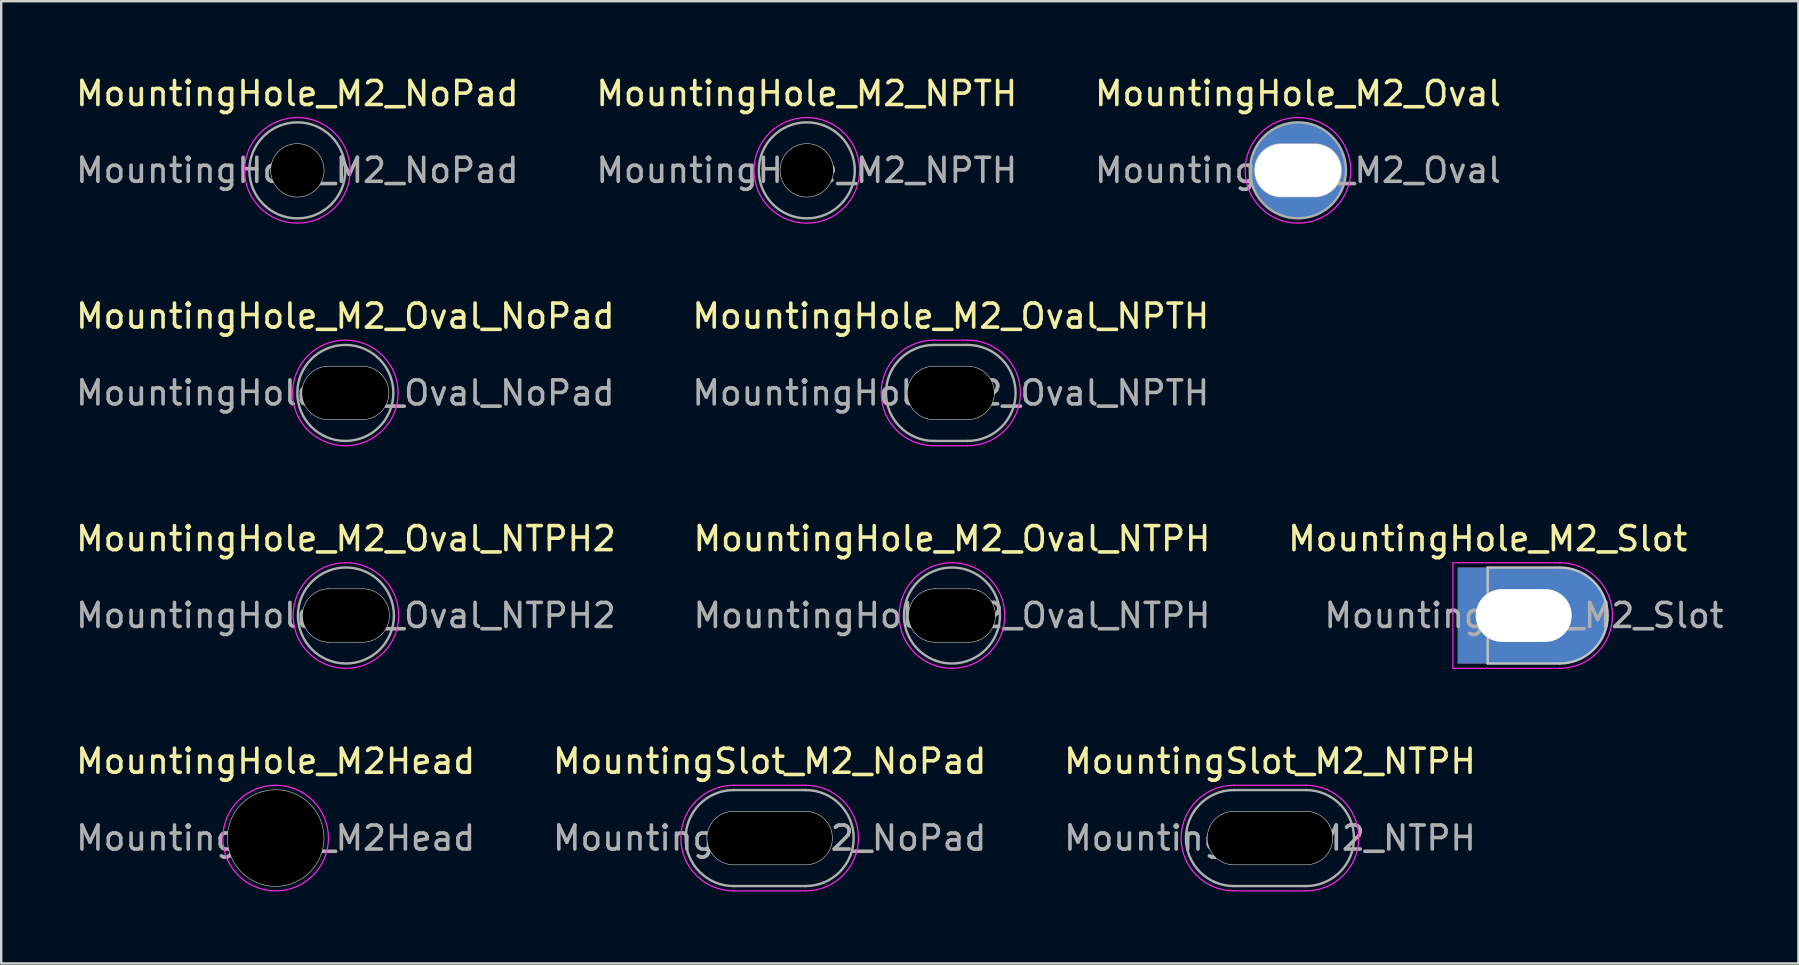
<source format=kicad_pcb>
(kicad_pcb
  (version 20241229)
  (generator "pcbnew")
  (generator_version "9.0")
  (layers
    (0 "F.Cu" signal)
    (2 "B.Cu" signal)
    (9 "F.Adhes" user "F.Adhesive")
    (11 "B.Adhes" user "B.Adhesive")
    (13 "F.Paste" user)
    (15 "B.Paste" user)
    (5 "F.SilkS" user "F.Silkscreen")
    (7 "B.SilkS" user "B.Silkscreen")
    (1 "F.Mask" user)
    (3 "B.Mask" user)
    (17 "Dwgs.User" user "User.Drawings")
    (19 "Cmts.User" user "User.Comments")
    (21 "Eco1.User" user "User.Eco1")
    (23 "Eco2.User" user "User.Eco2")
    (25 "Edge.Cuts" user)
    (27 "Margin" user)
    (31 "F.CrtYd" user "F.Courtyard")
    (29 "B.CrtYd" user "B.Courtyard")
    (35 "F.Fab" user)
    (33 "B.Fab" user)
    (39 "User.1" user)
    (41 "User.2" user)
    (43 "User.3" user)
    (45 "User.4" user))
  (footprint "MountingHole_M2_Oval_NTPH2"
    (layer "F.Cu")
    (at 11.363 22.595)
    (property "Reference" "MountingHole_M2_Oval_NTPH2" (at 0 -3.2 0) (layer "F.SilkS") (effects (font (size 1 1) (thickness 0.15))))
    (attr exclude_from_pos_files exclude_from_bom)
    (fp_line (start -0.7 -1.1) (end 0.7 -1.1) (stroke (width 0.05) (type default)) (layer "Dwgs.User"))
    (fp_line (start 0.7 1.1) (end -0.7 1.1) (stroke (width 0.05) (type default)) (layer "Dwgs.User"))
    (fp_arc (start -0.7 1.1) (mid -1.8 0) (end -0.7 -1.1) (stroke (width 0.05) (type default)) (layer "Dwgs.User"))
    (fp_arc (start 0.7 -1.1) (mid 1.8 0) (end 0.7 1.1) (stroke (width 0.05) (type default)) (layer "Dwgs.User"))
    (fp_circle (center 0 0) (end 2.2 0) (stroke (width 0.05) (type solid)) (fill no) (layer "F.CrtYd"))
    (fp_circle (center 0 0) (end 2 0) (stroke (width 0.1) (type solid)) (fill no) (layer "F.Fab"))
    (fp_text user "${REFERENCE}" (at 0 0 0) (layer "F.Fab") (effects (font (size 1 1) (thickness 0.15))))
    (pad "" np_thru_hole circle (at 0 0) (size 4 4) (drill oval 3.6 2.2) (layers "*.Mask")))
  (footprint "MountingHole_M2_Oval_NPTH"
    (layer "F.Cu")
    (at 36.565 13.322)
    (property "Reference" "MountingHole_M2_Oval_NPTH" (at 0 -3.2 0) (layer "F.SilkS") (effects (font (size 1 1) (thickness 0.15))))
    (attr exclude_from_pos_files exclude_from_bom)
    (fp_line (start -0.7 -1.1) (end 0.7 -1.1) (stroke (width 0.05) (type default)) (layer "Dwgs.User"))
    (fp_line (start 0.7 1.1) (end -0.7 1.1) (stroke (width 0.05) (type default)) (layer "Dwgs.User"))
    (fp_arc (start -0.7 1.1) (mid -1.8 0) (end -0.7 -1.1) (stroke (width 0.05) (type default)) (layer "Dwgs.User"))
    (fp_arc (start 0.7 -1.1) (mid 1.8 0) (end 0.7 1.1) (stroke (width 0.05) (type default)) (layer "Dwgs.User"))
    (fp_line (start -0.7 -2.2) (end 0.7 -2.2) (stroke (width 0.05) (type default)) (layer "F.CrtYd"))
    (fp_line (start -0.7 2.2) (end 0.7 2.2) (stroke (width 0.05) (type default)) (layer "F.CrtYd"))
    (fp_arc (start -0.7 2.2) (mid -2.9 0) (end -0.7 -2.2) (stroke (width 0.05) (type default)) (layer "F.CrtYd"))
    (fp_arc (start 0.7 -2.2) (mid 2.9 0) (end 0.7 2.2) (stroke (width 0.05) (type default)) (layer "F.CrtYd"))
    (fp_line (start -0.7 -2) (end 0.7 -2) (stroke (width 0.1) (type default)) (layer "F.Fab"))
    (fp_line (start -0.7 2) (end 0.7 2) (stroke (width 0.1) (type default)) (layer "F.Fab"))
    (fp_arc (start -0.7 2) (mid -2.7 0) (end -0.7 -2) (stroke (width 0.1) (type default)) (layer "F.Fab"))
    (fp_arc (start 0.7 -2) (mid 2.7 0) (end 0.7 2) (stroke (width 0.1) (type default)) (layer "F.Fab"))
    (fp_text user "${REFERENCE}" (at 0 0 0) (layer "F.Fab") (effects (font (size 1 1) (thickness 0.15))))
    (pad "" np_thru_hole oval (at 0 0) (size 5.4 4) (drill oval 3.6 2.2) (layers "*.Mask"))
    (zone (net_name "") (layers "F.Cu" "B.Cu") (hatch edge 0.5) (connect_pads) (min_thickness 0.25) (filled_areas_thickness no) (keepout (tracks not_allowed) (vias not_allowed) (pads not_allowed) (copperpour not_allowed) (footprints allowed)) (placement (enabled no)) (fill) (polygon (pts (arc (start 37.26548 15.5215) (mid 39.46548 13.3215) (end 37.26548 11.1215)) (arc (start 35.86548 11.1215) (mid 33.66548 13.3215) (end 35.86548 15.5215))))))
  (footprint "MountingHole_M2_Slot"
    (layer "F.Cu")
    (at 58.935 22.595)
    (property "Reference" "MountingHole_M2_Slot" (at 0 -3.2 0) (layer "F.SilkS") (effects (font (size 1 1) (thickness 0.15))))
    (attr exclude_from_pos_files exclude_from_bom)
    (fp_line (start 0 -2) (end 0 2) (stroke (width 0.1) (type default)) (layer "Dwgs.User"))
    (fp_line (start 0 -2) (end 3 -2) (stroke (width 0.1) (type default)) (layer "Dwgs.User"))
    (fp_line (start 0 2) (end 3 2) (stroke (width 0.1) (type default)) (layer "Dwgs.User"))
    (fp_arc (start 3 -2) (mid 5 0) (end 3 2) (stroke (width 0.1) (type default)) (layer "Dwgs.User"))
    (fp_line (start -1.45 -2.2) (end 3 -2.2) (stroke (width 0.05) (type default)) (layer "F.CrtYd"))
    (fp_line (start -1.45 2.2) (end -1.45 -2.2) (stroke (width 0.05) (type default)) (layer "F.CrtYd"))
    (fp_line (start 3 2.2) (end -1.45 2.2) (stroke (width 0.05) (type default)) (layer "F.CrtYd"))
    (fp_arc (start 3 -2.2) (mid 5.2 0) (end 3 2.2) (stroke (width 0.05) (type default)) (layer "F.CrtYd"))
    (fp_text user "${REFERENCE}" (at 1.51 0 0) (layer "F.Fab") (effects (font (size 1 1) (thickness 0.15))))
    (pad "1" thru_hole custom (at 1.5 0) (size 4 4) (drill oval 5.2 2.2 (offset 1.5 0)) (layers "*.Cu" "*.Mask") (options (anchor circle)) (primitives (gr_rect (start -4.25 -2) (end 0 2) (width 0) (fill yes)))))
  (footprint "MountingSlot_M2_NoPad"
    (layer "F.Cu")
    (at 29.018 31.868)
    (property "Reference" "MountingSlot_M2_NoPad" (at 0 -3.2 0) (layer "F.SilkS") (effects (font (size 1 1) (thickness 0.15))))
    (attr exclude_from_pos_files exclude_from_bom)
    (fp_line (start -1.5 -1.1) (end 1.5 -1.1) (stroke (width 0.05) (type default)) (layer "Dwgs.User"))
    (fp_line (start 1.5 1.1) (end -1.5 1.1) (stroke (width 0.05) (type default)) (layer "Dwgs.User"))
    (fp_arc (start -1.5 1.1) (mid -2.6 0) (end -1.5 -1.1) (stroke (width 0.05) (type default)) (layer "Dwgs.User"))
    (fp_arc (start 1.5 -1.1) (mid 2.6 0) (end 1.5 1.1) (stroke (width 0.05) (type default)) (layer "Dwgs.User"))
    (fp_line (start -1.5 -2.2) (end 1.5 -2.2) (stroke (width 0.05) (type default)) (layer "F.CrtYd"))
    (fp_line (start 1.5 2.2) (end -1.5 2.2) (stroke (width 0.05) (type default)) (layer "F.CrtYd"))
    (fp_arc (start -1.5 2.2) (mid -3.7 0) (end -1.5 -2.2) (stroke (width 0.05) (type default)) (layer "F.CrtYd"))
    (fp_arc (start 1.5 -2.2) (mid 3.7 0) (end 1.5 2.2) (stroke (width 0.05) (type default)) (layer "F.CrtYd"))
    (fp_line (start -1.5 -2) (end 1.5 -2) (stroke (width 0.1) (type default)) (layer "F.Fab"))
    (fp_line (start -1.5 2) (end 1.5 2) (stroke (width 0.1) (type default)) (layer "F.Fab"))
    (fp_arc (start -1.5 2) (mid -3.5 0) (end -1.5 -2) (stroke (width 0.1) (type default)) (layer "F.Fab"))
    (fp_arc (start 1.5 -2) (mid 3.5 0) (end 1.5 2) (stroke (width 0.1) (type default)) (layer "F.Fab"))
    (fp_text user "${REFERENCE}" (at 0 0 0) (layer "F.Fab") (effects (font (size 1 1) (thickness 0.15))))
    (pad "" np_thru_hole roundrect (at 0 0) (size 5.2 2.2) (drill oval 5.2 2.2) (layers) (roundrect_rratio 0.5))
    (zone (net_name "") (layer "F.Cu") (hatch edge 0.5) (connect_pads) (min_thickness 0.25) (filled_areas_thickness no) (keepout (tracks not_allowed) (vias not_allowed) (pads not_allowed) (copperpour not_allowed) (footprints allowed)) (placement (enabled no)) (fill) (polygon (pts (arc (start 30.517859 34.068) (mid 32.717859 31.868) (end 30.517859 29.668)) (arc (start 27.517859 29.668) (mid 25.317859 31.868) (end 27.517859 34.068))))))
  (footprint "MountingHole_M2_Oval_NTPH"
    (layer "F.Cu")
    (at 36.613 22.595)
    (property "Reference" "MountingHole_M2_Oval_NTPH" (at 0 -3.2 0) (layer "F.SilkS") (effects (font (size 1 1) (thickness 0.15))))
    (attr exclude_from_pos_files exclude_from_bom)
    (fp_line (start -0.7 -1.1) (end 0.7 -1.1) (stroke (width 0.05) (type default)) (layer "Dwgs.User"))
    (fp_line (start 0.7 1.1) (end -0.7 1.1) (stroke (width 0.05) (type default)) (layer "Dwgs.User"))
    (fp_arc (start -0.7 1.1) (mid -1.8 0) (end -0.7 -1.1) (stroke (width 0.05) (type default)) (layer "Dwgs.User"))
    (fp_arc (start 0.7 -1.1) (mid 1.8 0) (end 0.7 1.1) (stroke (width 0.05) (type default)) (layer "Dwgs.User"))
    (fp_circle (center 0 0) (end 2.2 0) (stroke (width 0.05) (type solid)) (fill no) (layer "F.CrtYd"))
    (fp_circle (center 0 0) (end 2 0) (stroke (width 0.1) (type solid)) (fill no) (layer "F.Fab"))
    (fp_text user "${REFERENCE}" (at 0 0 0) (layer "F.Fab") (effects (font (size 1 1) (thickness 0.15))))
    (pad "" np_thru_hole circle (at 0 0) (size 4 4) (drill oval 3.6 2.2) (layers "*.Mask")))
  (footprint "MountingHole_M2Head"
    (layer "F.Cu")
    (at 8.435 31.868)
    (property "Reference" "MountingHole_M2Head" (at 0 -3.2 0) (layer "F.SilkS") (effects (font (size 1 1) (thickness 0.15))))
    (attr exclude_from_pos_files exclude_from_bom)
    (fp_circle (center 0 0) (end 2 0) (stroke (width 0.05) (type default)) (fill no) (layer "Dwgs.User"))
    (fp_circle (center 0 0) (end 2.2 0) (stroke (width 0.05) (type solid)) (fill no) (layer "F.CrtYd"))
    (fp_text user "${REFERENCE}" (at 0 0 0) (layer "F.Fab") (effects (font (size 1 1) (thickness 0.15))))
    (pad "" np_thru_hole circle (at 0 0) (size 4 4) (drill 4) (layers)))
  (footprint "MountingSlot_M2_NTPH"
    (layer "F.Cu")
    (at 49.863 31.868)
    (property "Reference" "MountingSlot_M2_NTPH" (at 0 -3.2 0) (layer "F.SilkS") (effects (font (size 1 1) (thickness 0.15))))
    (attr exclude_from_pos_files exclude_from_bom)
    (fp_line (start -1.5 -1.1) (end 1.5 -1.1) (stroke (width 0.05) (type default)) (layer "Dwgs.User"))
    (fp_line (start 1.5 1.1) (end -1.5 1.1) (stroke (width 0.05) (type default)) (layer "Dwgs.User"))
    (fp_arc (start -1.5 1.1) (mid -2.6 0) (end -1.5 -1.1) (stroke (width 0.05) (type default)) (layer "Dwgs.User"))
    (fp_arc (start 1.5 -1.1) (mid 2.6 0) (end 1.5 1.1) (stroke (width 0.05) (type default)) (layer "Dwgs.User"))
    (fp_line (start -1.5 -2.2) (end 1.5 -2.2) (stroke (width 0.05) (type default)) (layer "F.CrtYd"))
    (fp_line (start 1.5 2.2) (end -1.5 2.2) (stroke (width 0.05) (type default)) (layer "F.CrtYd"))
    (fp_arc (start -1.5 2.2) (mid -3.7 0) (end -1.5 -2.2) (stroke (width 0.05) (type default)) (layer "F.CrtYd"))
    (fp_arc (start 1.5 -2.2) (mid 3.7 0) (end 1.5 2.2) (stroke (width 0.05) (type default)) (layer "F.CrtYd"))
    (fp_line (start -1.5 -2) (end 1.5 -2) (stroke (width 0.1) (type default)) (layer "F.Fab"))
    (fp_line (start -1.5 2) (end 1.5 2) (stroke (width 0.1) (type default)) (layer "F.Fab"))
    (fp_arc (start -1.5 2) (mid -3.5 0) (end -1.5 -2) (stroke (width 0.1) (type default)) (layer "F.Fab"))
    (fp_arc (start 1.5 -2) (mid 3.5 0) (end 1.5 2) (stroke (width 0.1) (type default)) (layer "F.Fab"))
    (fp_text user "${REFERENCE}" (at 0 0 0) (layer "F.Fab") (effects (font (size 1 1) (thickness 0.15))))
    (pad "" np_thru_hole roundrect (at 0 0) (size 7 4) (drill oval 5.2 2.2) (layers "*.Mask") (roundrect_rratio 0.5))
    (zone (net_name "") (layer "F.Cu") (hatch edge 0.5) (connect_pads) (min_thickness 0.25) (filled_areas_thickness no) (keepout (tracks not_allowed) (vias not_allowed) (pads not_allowed) (copperpour not_allowed) (footprints allowed)) (placement (enabled no)) (fill) (polygon (pts (arc (start 51.363099 34.068) (mid 53.563099 31.868) (end 51.363099 29.668)) (arc (start 48.363099 29.668) (mid 46.163099 31.868) (end 48.363099 34.068))))))
  (footprint "MountingHole_M2_Oval"
    (layer "F.Cu")
    (at 51.03 4.048)
    (property "Reference" "MountingHole_M2_Oval" (at 0 -3.2 0) (layer "F.SilkS") (effects (font (size 1 1) (thickness 0.15))))
    (attr exclude_from_pos_files exclude_from_bom)
    (fp_line (start -0.7 -1.1) (end 0.7 -1.1) (stroke (width 0.05) (type default)) (layer "Dwgs.User"))
    (fp_line (start 0.7 1.1) (end -0.7 1.1) (stroke (width 0.05) (type default)) (layer "Dwgs.User"))
    (fp_arc (start -0.7 1.1) (mid -1.8 0) (end -0.7 -1.1) (stroke (width 0.05) (type default)) (layer "Dwgs.User"))
    (fp_arc (start 0.7 -1.1) (mid 1.8 0) (end 0.7 1.1) (stroke (width 0.05) (type default)) (layer "Dwgs.User"))
    (fp_circle (center 0 0) (end 2.2 0) (stroke (width 0.05) (type solid)) (fill no) (layer "F.CrtYd"))
    (fp_circle (center 0 0) (end 2 0) (stroke (width 0.1) (type solid)) (fill no) (layer "F.Fab"))
    (fp_text user "${REFERENCE}" (at 0 0 0) (layer "F.Fab") (effects (font (size 1 1) (thickness 0.15))))
    (pad "1" thru_hole circle (at 0 0) (size 4 4) (drill oval 3.6 2.2) (layers "*.Cu" "*.Mask")))
  (footprint "MountingHole_M2_NPTH"
    (layer "F.Cu")
    (at 30.565 4.048)
    (property "Reference" "MountingHole_M2_NPTH" (at 0 -3.2 0) (layer "F.SilkS") (effects (font (size 1 1) (thickness 0.15))))
    (attr exclude_from_pos_files exclude_from_bom)
    (fp_circle (center 0 0) (end 0 -1.1) (stroke (width 0.05) (type default)) (fill no) (layer "Dwgs.User"))
    (fp_circle (center 0 0) (end 2.2 0) (stroke (width 0.05) (type solid)) (fill no) (layer "F.CrtYd"))
    (fp_circle (center 0 0) (end 2 0) (stroke (width 0.1) (type solid)) (fill no) (layer "F.Fab"))
    (fp_text user "${REFERENCE}" (at 0 0 0) (layer "F.Fab") (effects (font (size 1 1) (thickness 0.15))))
    (pad "" np_thru_hole circle (at 0 0) (size 4 4) (drill 2.2) (layers "*.Mask"))
    (zone (net_name "") (layers "F.Cu" "B.Cu") (hatch edge 0.5) (connect_pads) (min_thickness 0.25) (filled_areas_thickness no) (keepout (tracks not_allowed) (vias not_allowed) (pads not_allowed) (copperpour not_allowed) (footprints allowed)) (placement (enabled no)) (fill) (polygon (pts (xy 32.761 3.904) (xy 32.723 3.619) (xy 32.649 3.341) (xy 32.539 3.075) (xy 32.395 2.826) (xy 32.22 2.598) (xy 32.016 2.394) (xy 31.788 2.219) (xy 31.539 2.075) (xy 31.273 1.965) (xy 30.995 1.891) (xy 30.709 1.853) (xy 30.422 1.853) (xy 30.136 1.891) (xy 29.858 1.965) (xy 29.592 2.075) (xy 29.343 2.219) (xy 29.115 2.394) (xy 28.911 2.598) (xy 28.736 2.826) (xy 28.592 3.075) (xy 28.482 3.341) (xy 28.408 3.619) (xy 28.37 3.904) (xy 28.37 4.192) (xy 28.408 4.477) (xy 28.482 4.755) (xy 28.592 5.021) (xy 28.736 5.271) (xy 28.911 5.499) (xy 29.115 5.702) (xy 29.343 5.877) (xy 29.592 6.021) (xy 29.858 6.131) (xy 30.136 6.206) (xy 30.422 6.244) (xy 30.709 6.244) (xy 30.995 6.206) (xy 31.273 6.131) (xy 31.539 6.021) (xy 31.788 5.877) (xy 32.016 5.702) (xy 32.22 5.499) (xy 32.395 5.271) (xy 32.539 5.021) (xy 32.649 4.755) (xy 32.723 4.477) (xy 32.761 4.192)))))
  (footprint "MountingHole_M2_NoPad"
    (layer "F.Cu")
    (at 9.339 4.048)
    (property "Reference" "MountingHole_M2_NoPad" (at 0 -3.2 0) (layer "F.SilkS") (effects (font (size 1 1) (thickness 0.15))))
    (attr exclude_from_pos_files exclude_from_bom)
    (fp_circle (center 0 0) (end 0 -1.1) (stroke (width 0.05) (type default)) (fill no) (layer "Dwgs.User"))
    (fp_circle (center 0 0) (end 2.2 0) (stroke (width 0.05) (type solid)) (fill no) (layer "F.CrtYd"))
    (fp_circle (center 0 0) (end 2 0) (stroke (width 0.1) (type solid)) (fill no) (layer "F.Fab"))
    (fp_text user "${REFERENCE}" (at 0 0 0) (layer "F.Fab") (effects (font (size 1 1) (thickness 0.15))))
    (pad "" np_thru_hole circle (at 0 0) (size 2.2 2.2) (drill 2.2) (layers))
    (zone (net_name "") (layers "F.Cu" "B.Cu") (hatch edge 0.5) (connect_pads) (min_thickness 0.25) (filled_areas_thickness no) (keepout (tracks not_allowed) (vias not_allowed) (pads not_allowed) (copperpour not_allowed) (footprints allowed)) (placement (enabled no)) (fill) (polygon (pts (xy 11.535 3.904) (xy 11.497 3.619) (xy 11.423 3.341) (xy 11.312 3.075) (xy 11.169 2.826) (xy 10.993 2.598) (xy 10.79 2.394) (xy 10.562 2.219) (xy 10.312 2.075) (xy 10.046 1.965) (xy 9.768 1.891) (xy 9.483 1.853) (xy 9.195 1.853) (xy 8.91 1.891) (xy 8.632 1.965) (xy 8.366 2.075) (xy 8.117 2.219) (xy 7.889 2.394) (xy 7.685 2.598) (xy 7.51 2.826) (xy 7.366 3.075) (xy 7.256 3.341) (xy 7.182 3.619) (xy 7.144 3.904) (xy 7.144 4.192) (xy 7.182 4.477) (xy 7.256 4.755) (xy 7.366 5.021) (xy 7.51 5.271) (xy 7.685 5.499) (xy 7.889 5.702) (xy 8.117 5.877) (xy 8.366 6.021) (xy 8.632 6.131) (xy 8.91 6.206) (xy 9.195 6.244) (xy 9.483 6.244) (xy 9.768 6.206) (xy 10.046 6.131) (xy 10.312 6.021) (xy 10.562 5.877) (xy 10.79 5.702) (xy 10.993 5.499) (xy 11.169 5.271) (xy 11.312 5.021) (xy 11.423 4.755) (xy 11.497 4.477) (xy 11.535 4.192)))))
  (footprint "MountingHole_M2_Oval_NoPad"
    (layer "F.Cu")
    (at 11.339 13.322)
    (property "Reference" "MountingHole_M2_Oval_NoPad" (at 0 -3.2 0) (layer "F.SilkS") (effects (font (size 1 1) (thickness 0.15))))
    (attr exclude_from_pos_files exclude_from_bom)
    (fp_line (start -0.7 -1.1) (end 0.7 -1.1) (stroke (width 0.05) (type default)) (layer "Dwgs.User"))
    (fp_line (start 0.7 1.1) (end -0.7 1.1) (stroke (width 0.05) (type default)) (layer "Dwgs.User"))
    (fp_arc (start -0.7 1.1) (mid -1.8 0) (end -0.7 -1.1) (stroke (width 0.05) (type default)) (layer "Dwgs.User"))
    (fp_arc (start 0.7 -1.1) (mid 1.8 0) (end 0.7 1.1) (stroke (width 0.05) (type default)) (layer "Dwgs.User"))
    (fp_circle (center 0 0) (end 2.2 0) (stroke (width 0.05) (type solid)) (fill no) (layer "F.CrtYd"))
    (fp_circle (center 0 0) (end 2 0) (stroke (width 0.1) (type solid)) (fill no) (layer "F.Fab"))
    (fp_text user "${REFERENCE}" (at 0 0 0) (layer "F.Fab") (effects (font (size 1 1) (thickness 0.15))))
    (pad "" np_thru_hole oval (at 0 0) (size 3.6 2.2) (drill oval 3.6 2.2) (layers)))
  (gr_rect
    (start -3 -3)
    (end 71.879 37.093)
    (stroke (width 0.1) (type default))
    (fill no)
    (layer "Edge.Cuts")))
</source>
